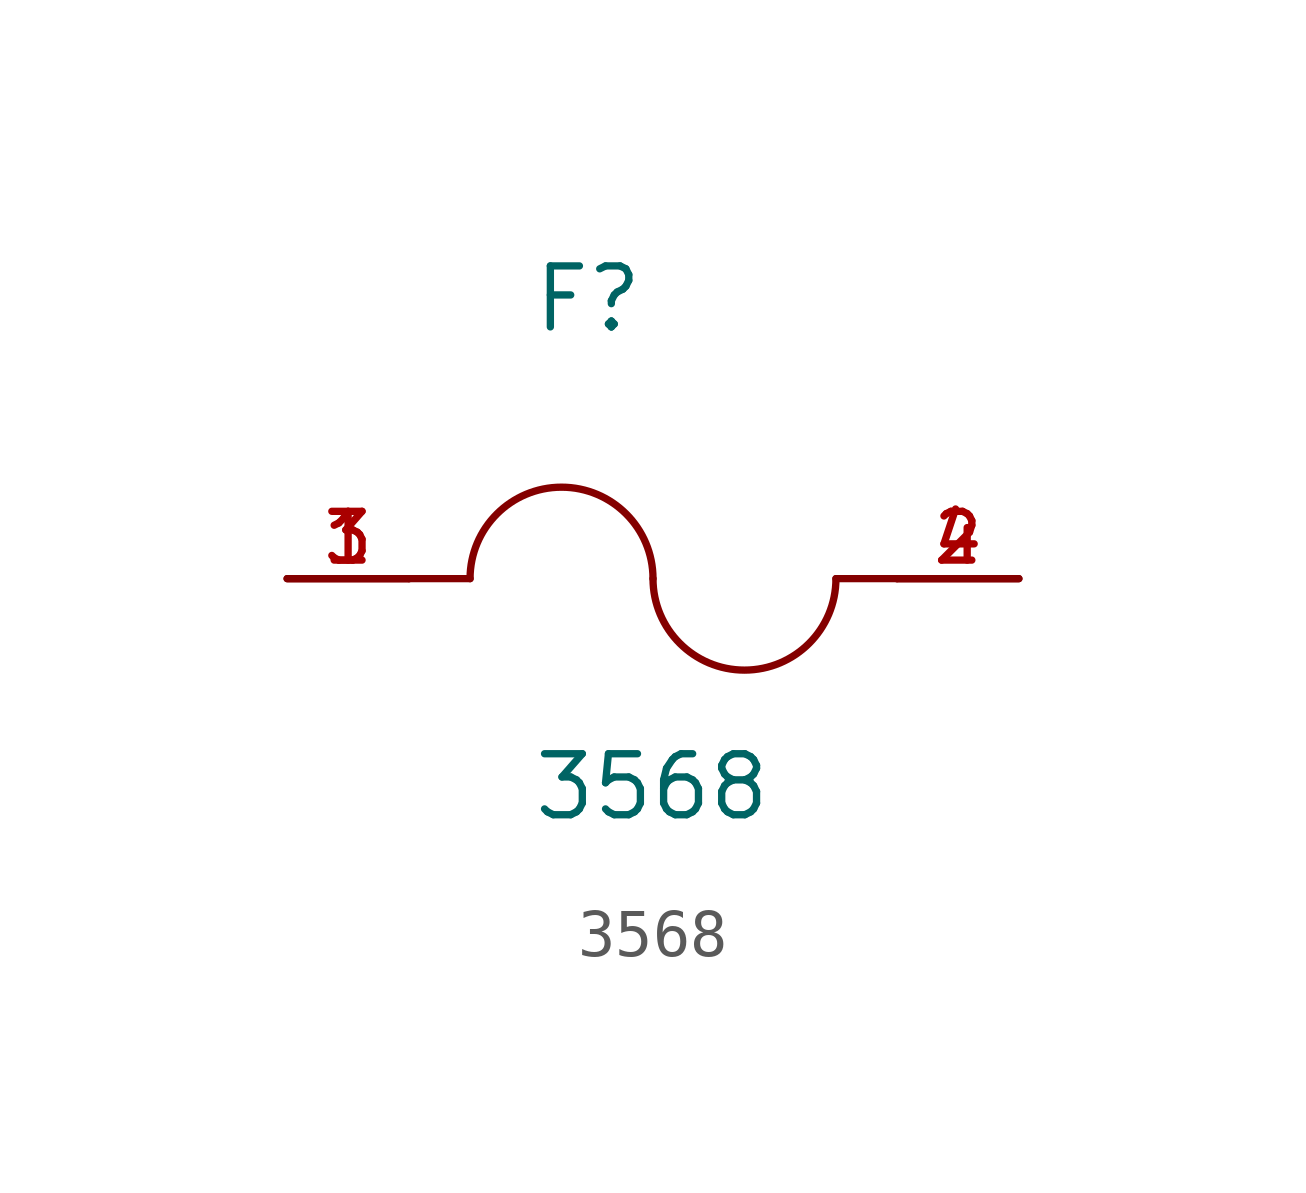
<source format=kicad_sym>
(kicad_symbol_lib
  (version 20241209)
  (generator "kicad_symbol_editor")
  (generator_version "9.0")
  (symbol "3568"
    (pin_names
      (offset 1.016))
    (property "Reference" "F"
      (at -2.54 5.08 0)
      (effects (font (size 1.27 1.27)) (justify left bottom)))
    (property "Value" "3568"
      (at -2.54 -5.08 0)
      (effects (font (size 1.27 1.27)) (justify left bottom)))
    (symbol "3568_0_0"
      (polyline (pts (xy -5.08 0) (xy -3.81 0)) (stroke (width 0.152) (type default)) (fill (type none)))
      (arc (start -3.81 0) (mid -1.905 1.8967) (end 0 0) (stroke (width 0.1524) (type default)) (fill (type none)))
      (arc (start 3.81 0) (mid 1.905 -1.8967) (end 0 0) (stroke (width 0.1524) (type default)) (fill (type none)))
      (polyline (pts (xy 5.08 0) (xy 3.81 0)) (stroke (width 0.152) (type default)) (fill (type none)))
      (pin passive line (at -7.62 0 0) (length 2.54) (name "~" (effects (font (size 1.016 1.016)))) (number "1" (effects (font (size 1.016 1.016)))))
      (pin passive line (at -7.62 0 0) (length 2.54) (name "~" (effects (font (size 1.016 1.016)))) (number "3" (effects (font (size 1.016 1.016)))))
      (pin passive line (at 7.62 0 180) (length 2.54) (name "~" (effects (font (size 1.016 1.016)))) (number "2" (effects (font (size 1.016 1.016)))))
      (pin passive line (at 7.62 0 180) (length 2.54) (name "~" (effects (font (size 1.016 1.016)))) (number "4" (effects (font (size 1.016 1.016))))))))
</source>
